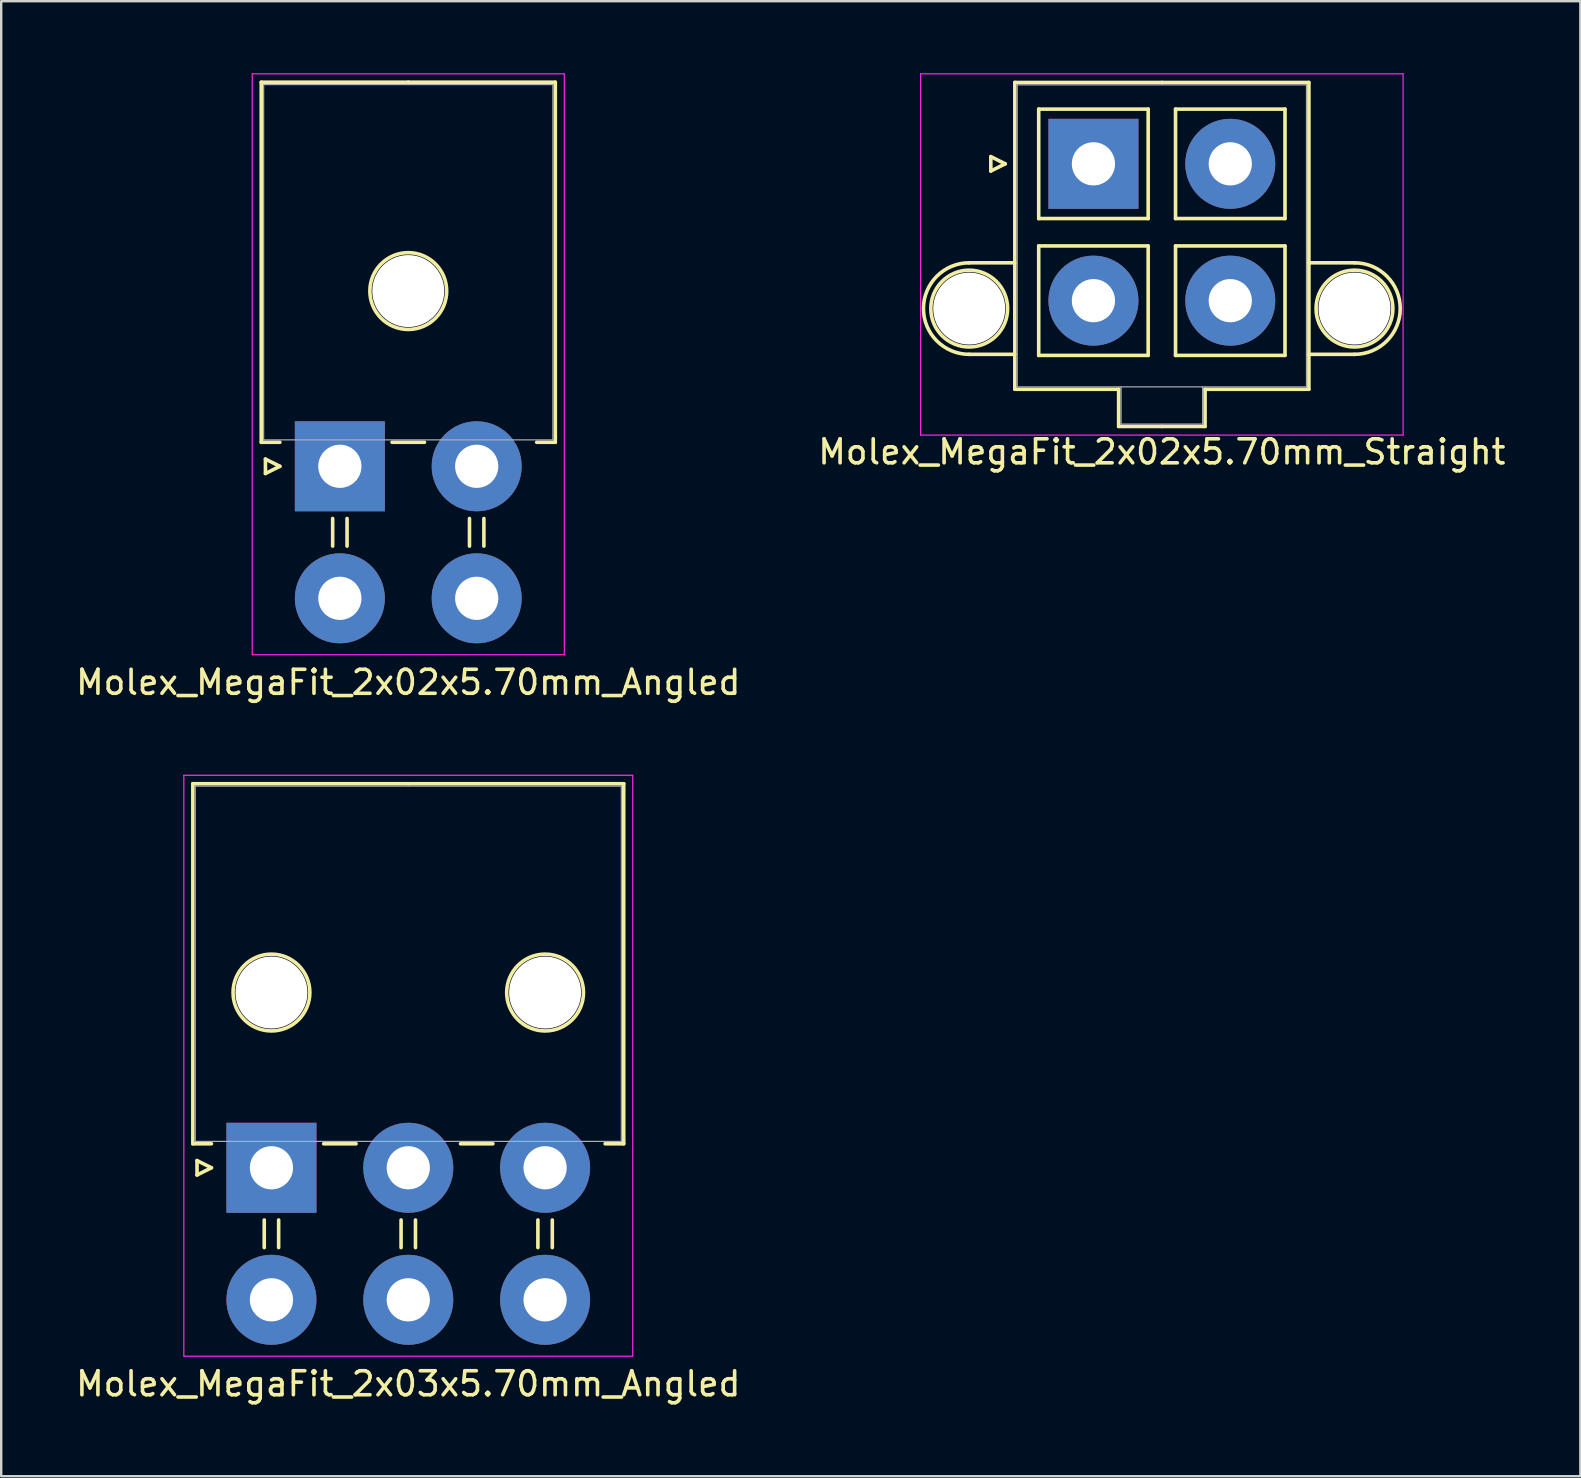
<source format=kicad_pcb>
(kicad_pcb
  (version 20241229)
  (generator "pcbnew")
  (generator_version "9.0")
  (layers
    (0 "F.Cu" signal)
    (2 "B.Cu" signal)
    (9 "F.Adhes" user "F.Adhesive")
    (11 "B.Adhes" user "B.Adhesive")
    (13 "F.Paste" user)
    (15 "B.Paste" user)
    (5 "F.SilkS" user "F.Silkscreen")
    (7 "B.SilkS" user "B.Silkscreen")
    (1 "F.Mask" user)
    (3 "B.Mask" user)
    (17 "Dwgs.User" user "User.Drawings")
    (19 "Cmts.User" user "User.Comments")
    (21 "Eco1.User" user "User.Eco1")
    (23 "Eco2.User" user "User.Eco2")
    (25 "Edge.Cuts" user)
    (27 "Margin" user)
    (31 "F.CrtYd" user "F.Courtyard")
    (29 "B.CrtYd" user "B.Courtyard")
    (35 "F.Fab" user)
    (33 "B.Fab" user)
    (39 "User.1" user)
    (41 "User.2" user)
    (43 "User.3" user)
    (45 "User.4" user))
  (footprint "Molex_MegaFit_2x02x5.70mm_Angled"
    (layer "F.Cu")
    (at 11.108 16.375)
    (property "Reference" "Molex_MegaFit_2x02x5.70mm_Angled" (at 2.85 9 0) (layer "F.SilkS") (effects (font (size 1 1) (thickness 0.15))))
    (attr through_hole)
    (fp_line (start -3.275 -16) (end -3.275 -1) (stroke (width 0.15) (type solid)) (layer "F.SilkS"))
    (fp_line (start -3.275 -1) (end -2.5 -1) (stroke (width 0.15) (type solid)) (layer "F.SilkS"))
    (fp_line (start -3.1 -0.3) (end -2.5 0) (stroke (width 0.15) (type solid)) (layer "F.SilkS"))
    (fp_line (start -3.1 0.3) (end -3.1 -0.3) (stroke (width 0.15) (type solid)) (layer "F.SilkS"))
    (fp_line (start -2.5 0) (end -3.1 0.3) (stroke (width 0.15) (type solid)) (layer "F.SilkS"))
    (fp_line (start -0.3 2.175) (end -0.3 3.325) (stroke (width 0.15) (type solid)) (layer "F.SilkS"))
    (fp_line (start 0.3 2.175) (end 0.3 3.325) (stroke (width 0.15) (type solid)) (layer "F.SilkS"))
    (fp_line (start 2.175 -1) (end 3.525 -1) (stroke (width 0.15) (type solid)) (layer "F.SilkS"))
    (fp_line (start 2.85 -16) (end -3.275 -16) (stroke (width 0.15) (type solid)) (layer "F.SilkS"))
    (fp_line (start 2.85 -16) (end 8.975 -16) (stroke (width 0.15) (type solid)) (layer "F.SilkS"))
    (fp_line (start 5.4 2.175) (end 5.4 3.325) (stroke (width 0.15) (type solid)) (layer "F.SilkS"))
    (fp_line (start 6 2.175) (end 6 3.325) (stroke (width 0.15) (type solid)) (layer "F.SilkS"))
    (fp_line (start 8.975 -16) (end 8.975 -1) (stroke (width 0.15) (type solid)) (layer "F.SilkS"))
    (fp_line (start 8.975 -1) (end 8.2 -1) (stroke (width 0.15) (type solid)) (layer "F.SilkS"))
    (fp_circle (center 2.85 -7.3) (end 4.45 -7.3) (stroke (width 0.15) (type solid)) (fill no) (layer "F.SilkS"))
    (fp_line (start -3.65 -16.35) (end -3.65 7.85) (stroke (width 0.05) (type solid)) (layer "F.CrtYd"))
    (fp_line (start -3.65 7.85) (end 9.35 7.85) (stroke (width 0.05) (type solid)) (layer "F.CrtYd"))
    (fp_line (start 9.35 -16.35) (end -3.65 -16.35) (stroke (width 0.05) (type solid)) (layer "F.CrtYd"))
    (fp_line (start 9.35 7.85) (end 9.35 -16.35) (stroke (width 0.05) (type solid)) (layer "F.CrtYd"))
    (fp_line (start -3.175 -15.9) (end -3.175 -1.1) (stroke (width 0.05) (type solid)) (layer "F.Fab"))
    (fp_line (start -3.175 -1.1) (end 8.875 -1.1) (stroke (width 0.05) (type solid)) (layer "F.Fab"))
    (fp_line (start 8.875 -15.9) (end -3.175 -15.9) (stroke (width 0.05) (type solid)) (layer "F.Fab"))
    (fp_line (start 8.875 -1.1) (end 8.875 -15.9) (stroke (width 0.05) (type solid)) (layer "F.Fab"))
    (pad "" np_thru_hole circle (at 2.85 -7.3) (size 3 3) (drill 3) (layers "*.Cu"))
    (pad "1" thru_hole rect (at 0 0) (size 3.75 3.75) (drill 1.8) (layers "*.Cu" "*.Mask"))
    (pad "2" thru_hole circle (at 5.7 0) (size 3.75 3.75) (drill 1.8) (layers "*.Cu" "*.Mask"))
    (pad "3" thru_hole circle (at 0 5.5) (size 3.75 3.75) (drill 1.8) (layers "*.Cu" "*.Mask"))
    (pad "4" thru_hole circle (at 5.7 5.5) (size 3.75 3.75) (drill 1.8) (layers "*.Cu" "*.Mask")))
  (footprint "Molex_MegaFit_2x03x5.70mm_Angled"
    (layer "F.Cu")
    (at 8.258 45.598)
    (property "Reference" "Molex_MegaFit_2x03x5.70mm_Angled" (at 5.7 9 0) (layer "F.SilkS") (effects (font (size 1 1) (thickness 0.15))))
    (attr through_hole)
    (fp_line (start -3.275 -16) (end -3.275 -1) (stroke (width 0.15) (type solid)) (layer "F.SilkS"))
    (fp_line (start -3.275 -1) (end -2.5 -1) (stroke (width 0.15) (type solid)) (layer "F.SilkS"))
    (fp_line (start -3.1 -0.3) (end -2.5 0) (stroke (width 0.15) (type solid)) (layer "F.SilkS"))
    (fp_line (start -3.1 0.3) (end -3.1 -0.3) (stroke (width 0.15) (type solid)) (layer "F.SilkS"))
    (fp_line (start -2.5 0) (end -3.1 0.3) (stroke (width 0.15) (type solid)) (layer "F.SilkS"))
    (fp_line (start -0.3 2.175) (end -0.3 3.325) (stroke (width 0.15) (type solid)) (layer "F.SilkS"))
    (fp_line (start 0.3 2.175) (end 0.3 3.325) (stroke (width 0.15) (type solid)) (layer "F.SilkS"))
    (fp_line (start 2.175 -1) (end 3.525 -1) (stroke (width 0.15) (type solid)) (layer "F.SilkS"))
    (fp_line (start 5.4 2.175) (end 5.4 3.325) (stroke (width 0.15) (type solid)) (layer "F.SilkS"))
    (fp_line (start 5.7 -16) (end -3.275 -16) (stroke (width 0.15) (type solid)) (layer "F.SilkS"))
    (fp_line (start 5.7 -16) (end 14.675 -16) (stroke (width 0.15) (type solid)) (layer "F.SilkS"))
    (fp_line (start 6 2.175) (end 6 3.325) (stroke (width 0.15) (type solid)) (layer "F.SilkS"))
    (fp_line (start 7.875 -1) (end 9.225 -1) (stroke (width 0.15) (type solid)) (layer "F.SilkS"))
    (fp_line (start 11.1 2.175) (end 11.1 3.325) (stroke (width 0.15) (type solid)) (layer "F.SilkS"))
    (fp_line (start 11.7 2.175) (end 11.7 3.325) (stroke (width 0.15) (type solid)) (layer "F.SilkS"))
    (fp_line (start 14.675 -16) (end 14.675 -1) (stroke (width 0.15) (type solid)) (layer "F.SilkS"))
    (fp_line (start 14.675 -1) (end 13.9 -1) (stroke (width 0.15) (type solid)) (layer "F.SilkS"))
    (fp_circle (center 0 -7.3) (end 1.6 -7.3) (stroke (width 0.15) (type solid)) (fill no) (layer "F.SilkS"))
    (fp_circle (center 11.4 -7.3) (end 13 -7.3) (stroke (width 0.15) (type solid)) (fill no) (layer "F.SilkS"))
    (fp_line (start -3.65 -16.35) (end -3.65 7.85) (stroke (width 0.05) (type solid)) (layer "F.CrtYd"))
    (fp_line (start -3.65 7.85) (end 15.05 7.85) (stroke (width 0.05) (type solid)) (layer "F.CrtYd"))
    (fp_line (start 15.05 -16.35) (end -3.65 -16.35) (stroke (width 0.05) (type solid)) (layer "F.CrtYd"))
    (fp_line (start 15.05 7.85) (end 15.05 -16.35) (stroke (width 0.05) (type solid)) (layer "F.CrtYd"))
    (fp_line (start -3.175 -15.9) (end -3.175 -1.1) (stroke (width 0.05) (type solid)) (layer "F.Fab"))
    (fp_line (start -3.175 -1.1) (end 14.575 -1.1) (stroke (width 0.05) (type solid)) (layer "F.Fab"))
    (fp_line (start 14.575 -15.9) (end -3.175 -15.9) (stroke (width 0.05) (type solid)) (layer "F.Fab"))
    (fp_line (start 14.575 -1.1) (end 14.575 -15.9) (stroke (width 0.05) (type solid)) (layer "F.Fab"))
    (pad "" np_thru_hole circle (at 0 -7.3) (size 3 3) (drill 3) (layers "*.Cu"))
    (pad "" np_thru_hole circle (at 11.4 -7.3) (size 3 3) (drill 3) (layers "*.Cu"))
    (pad "1" thru_hole rect (at 0 0) (size 3.75 3.75) (drill 1.8) (layers "*.Cu" "*.Mask"))
    (pad "2" thru_hole circle (at 5.7 0) (size 3.75 3.75) (drill 1.8) (layers "*.Cu" "*.Mask"))
    (pad "3" thru_hole circle (at 11.4 0) (size 3.75 3.75) (drill 1.8) (layers "*.Cu" "*.Mask"))
    (pad "4" thru_hole circle (at 0 5.5) (size 3.75 3.75) (drill 1.8) (layers "*.Cu" "*.Mask"))
    (pad "5" thru_hole circle (at 5.7 5.5) (size 3.75 3.75) (drill 1.8) (layers "*.Cu" "*.Mask"))
    (pad "6" thru_hole circle (at 11.4 5.5) (size 3.75 3.75) (drill 1.8) (layers "*.Cu" "*.Mask")))
  (footprint "Molex_MegaFit_2x02x5.70mm_Straight"
    (layer "F.Cu")
    (at 42.501 3.775)
    (property "Reference" "Molex_MegaFit_2x02x5.70mm_Straight" (at 2.85 12 0) (layer "F.SilkS") (effects (font (size 1 1) (thickness 0.15))))
    (attr through_hole)
    (fp_line (start -5.175 4.124) (end -3.275 4.124) (stroke (width 0.15) (type solid)) (layer "F.SilkS"))
    (fp_line (start -5.175 7.936) (end -3.275 7.936) (stroke (width 0.15) (type solid)) (layer "F.SilkS"))
    (fp_line (start -4.275 -0.3) (end -3.675 0) (stroke (width 0.15) (type solid)) (layer "F.SilkS"))
    (fp_line (start -4.275 0.3) (end -4.275 -0.3) (stroke (width 0.15) (type solid)) (layer "F.SilkS"))
    (fp_line (start -3.675 0) (end -4.275 0.3) (stroke (width 0.15) (type solid)) (layer "F.SilkS"))
    (fp_line (start -3.275 -3.39) (end -3.275 9.39) (stroke (width 0.15) (type solid)) (layer "F.SilkS"))
    (fp_line (start -3.275 9.39) (end 1.05 9.39) (stroke (width 0.15) (type solid)) (layer "F.SilkS"))
    (fp_line (start -2.28 -2.28) (end -2.28 2.28) (stroke (width 0.15) (type solid)) (layer "F.SilkS"))
    (fp_line (start -2.28 2.28) (end 2.28 2.28) (stroke (width 0.15) (type solid)) (layer "F.SilkS"))
    (fp_line (start -2.28 3.42) (end -2.28 7.98) (stroke (width 0.15) (type solid)) (layer "F.SilkS"))
    (fp_line (start -2.28 7.98) (end 2.28 7.98) (stroke (width 0.15) (type solid)) (layer "F.SilkS"))
    (fp_line (start 1.05 9.39) (end 1.05 10.94) (stroke (width 0.15) (type solid)) (layer "F.SilkS"))
    (fp_line (start 1.05 10.94) (end 2.85 10.94) (stroke (width 0.15) (type solid)) (layer "F.SilkS"))
    (fp_line (start 2.28 -2.28) (end -2.28 -2.28) (stroke (width 0.15) (type solid)) (layer "F.SilkS"))
    (fp_line (start 2.28 2.28) (end 2.28 -2.28) (stroke (width 0.15) (type solid)) (layer "F.SilkS"))
    (fp_line (start 2.28 3.42) (end -2.28 3.42) (stroke (width 0.15) (type solid)) (layer "F.SilkS"))
    (fp_line (start 2.28 7.98) (end 2.28 3.42) (stroke (width 0.15) (type solid)) (layer "F.SilkS"))
    (fp_line (start 2.85 -3.39) (end -3.275 -3.39) (stroke (width 0.15) (type solid)) (layer "F.SilkS"))
    (fp_line (start 2.85 -3.39) (end 8.975 -3.39) (stroke (width 0.15) (type solid)) (layer "F.SilkS"))
    (fp_line (start 3.42 -2.28) (end 3.42 2.28) (stroke (width 0.15) (type solid)) (layer "F.SilkS"))
    (fp_line (start 3.42 2.28) (end 7.98 2.28) (stroke (width 0.15) (type solid)) (layer "F.SilkS"))
    (fp_line (start 3.42 3.42) (end 3.42 7.98) (stroke (width 0.15) (type solid)) (layer "F.SilkS"))
    (fp_line (start 3.42 7.98) (end 7.98 7.98) (stroke (width 0.15) (type solid)) (layer "F.SilkS"))
    (fp_line (start 4.65 9.39) (end 4.65 10.94) (stroke (width 0.15) (type solid)) (layer "F.SilkS"))
    (fp_line (start 4.65 10.94) (end 2.85 10.94) (stroke (width 0.15) (type solid)) (layer "F.SilkS"))
    (fp_line (start 7.98 -2.28) (end 3.42 -2.28) (stroke (width 0.15) (type solid)) (layer "F.SilkS"))
    (fp_line (start 7.98 2.28) (end 7.98 -2.28) (stroke (width 0.15) (type solid)) (layer "F.SilkS"))
    (fp_line (start 7.98 3.42) (end 3.42 3.42) (stroke (width 0.15) (type solid)) (layer "F.SilkS"))
    (fp_line (start 7.98 7.98) (end 7.98 3.42) (stroke (width 0.15) (type solid)) (layer "F.SilkS"))
    (fp_line (start 8.975 -3.39) (end 8.975 9.39) (stroke (width 0.15) (type solid)) (layer "F.SilkS"))
    (fp_line (start 8.975 9.39) (end 4.65 9.39) (stroke (width 0.15) (type solid)) (layer "F.SilkS"))
    (fp_line (start 10.875 4.124) (end 8.975 4.124) (stroke (width 0.15) (type solid)) (layer "F.SilkS"))
    (fp_line (start 10.875 7.936) (end 8.975 7.936) (stroke (width 0.15) (type solid)) (layer "F.SilkS"))
    (fp_arc (start -5.175 7.93625) (mid -7.08125 6.03) (end -5.175 4.12375) (stroke (width 0.15) (type solid)) (layer "F.SilkS"))
    (fp_arc (start 10.875 4.12375) (mid 12.78125 6.03) (end 10.875 7.93625) (stroke (width 0.15) (type solid)) (layer "F.SilkS"))
    (fp_circle (center -5.175 6.03) (end -3.575 6.03) (stroke (width 0.15) (type solid)) (fill no) (layer "F.SilkS"))
    (fp_circle (center 10.875 6.03) (end 12.475 6.03) (stroke (width 0.15) (type solid)) (fill no) (layer "F.SilkS"))
    (fp_line (start -7.2 -3.75) (end -7.2 11.3) (stroke (width 0.05) (type solid)) (layer "F.CrtYd"))
    (fp_line (start -7.2 11.3) (end 12.9 11.3) (stroke (width 0.05) (type solid)) (layer "F.CrtYd"))
    (fp_line (start 12.9 -3.75) (end -7.2 -3.75) (stroke (width 0.05) (type solid)) (layer "F.CrtYd"))
    (fp_line (start 12.9 11.3) (end 12.9 -3.75) (stroke (width 0.05) (type solid)) (layer "F.CrtYd"))
    (fp_line (start -3.175 -3.29) (end -3.175 9.29) (stroke (width 0.05) (type solid)) (layer "F.Fab"))
    (fp_line (start -3.175 9.29) (end 8.875 9.29) (stroke (width 0.05) (type solid)) (layer "F.Fab"))
    (fp_line (start 1.15 9.29) (end 1.15 10.84) (stroke (width 0.05) (type solid)) (layer "F.Fab"))
    (fp_line (start 1.15 10.84) (end 4.55 10.84) (stroke (width 0.05) (type solid)) (layer "F.Fab"))
    (fp_line (start 4.55 10.84) (end 4.55 9.29) (stroke (width 0.05) (type solid)) (layer "F.Fab"))
    (fp_line (start 8.875 -3.29) (end -3.175 -3.29) (stroke (width 0.05) (type solid)) (layer "F.Fab"))
    (fp_line (start 8.875 9.29) (end 8.875 -3.29) (stroke (width 0.05) (type solid)) (layer "F.Fab"))
    (pad "" np_thru_hole circle (at -5.175 6.03) (size 3 3) (drill 3) (layers "*.Cu"))
    (pad "" np_thru_hole circle (at 10.875 6.03) (size 3 3) (drill 3) (layers "*.Cu"))
    (pad "1" thru_hole rect (at 0 0) (size 3.75 3.75) (drill 1.8) (layers "*.Cu" "*.Mask"))
    (pad "2" thru_hole circle (at 5.7 0) (size 3.75 3.75) (drill 1.8) (layers "*.Cu" "*.Mask"))
    (pad "3" thru_hole circle (at 0 5.7) (size 3.75 3.75) (drill 1.8) (layers "*.Cu" "*.Mask"))
    (pad "4" thru_hole circle (at 5.7 5.7) (size 3.75 3.75) (drill 1.8) (layers "*.Cu" "*.Mask")))
  (gr_rect
    (start -3 -3)
    (end 62.786 58.447)
    (stroke (width 0.1) (type default))
    (fill no)
    (layer "Edge.Cuts")))
</source>
